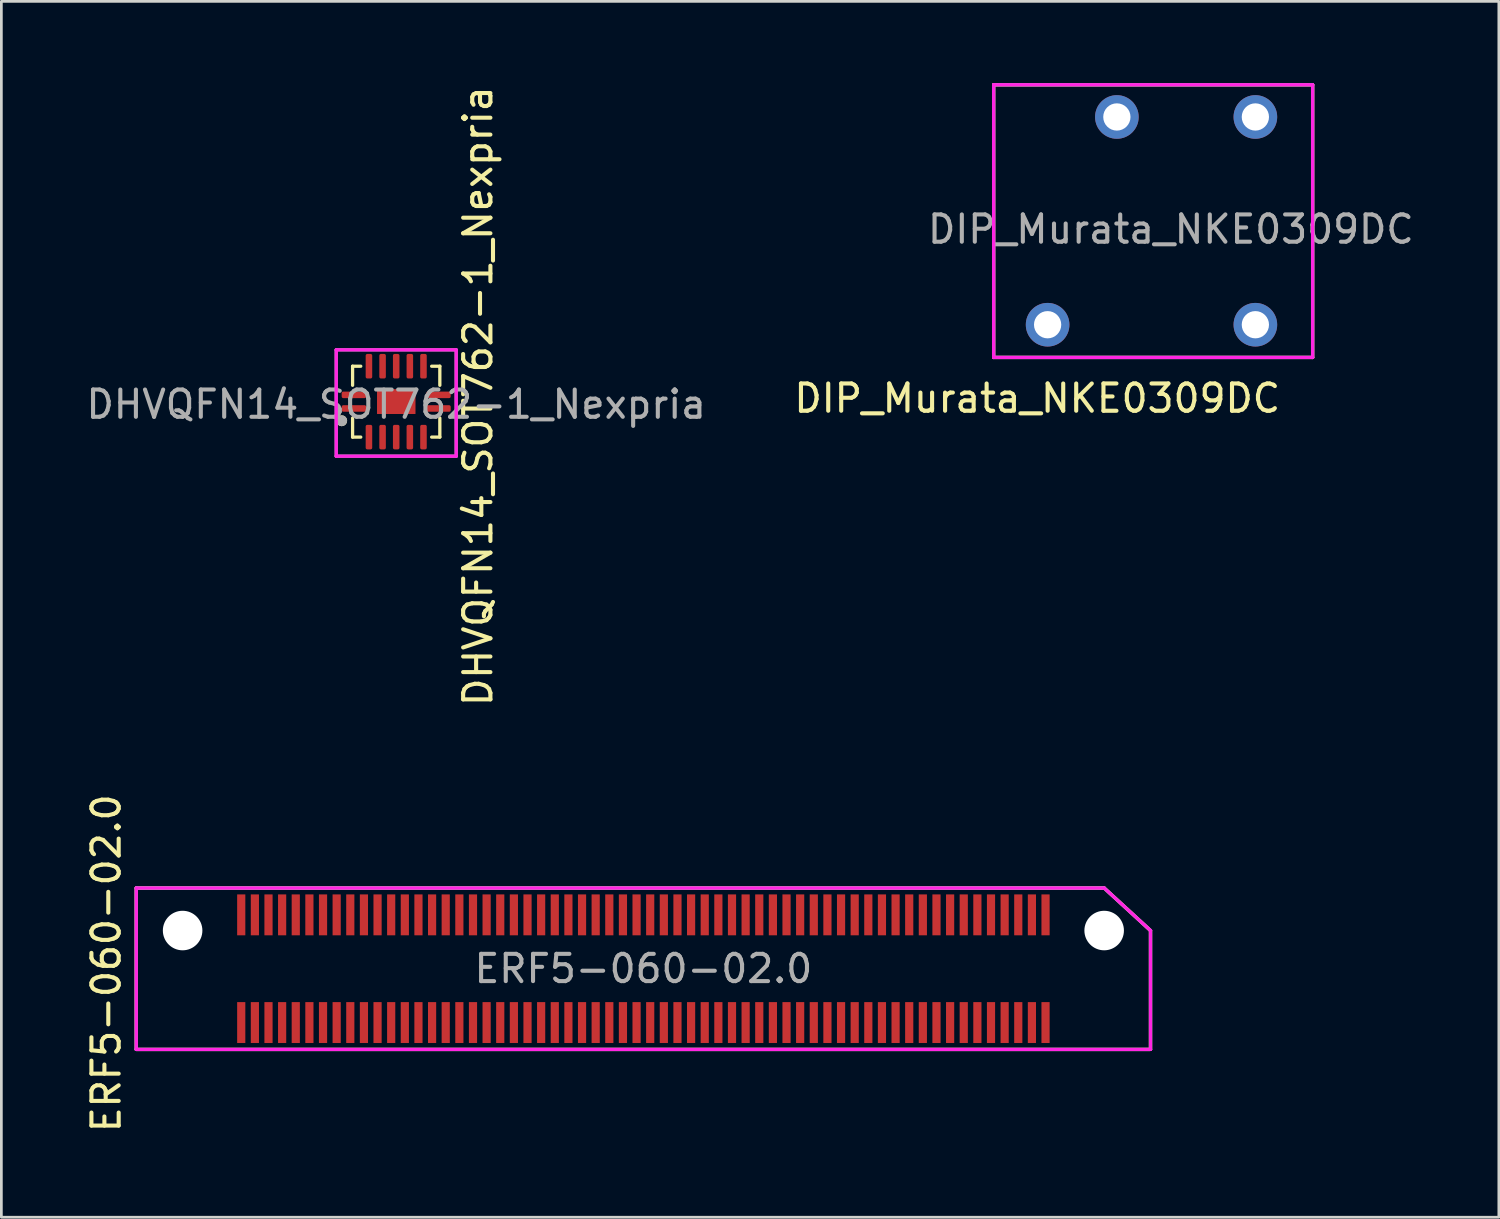
<source format=kicad_pcb>
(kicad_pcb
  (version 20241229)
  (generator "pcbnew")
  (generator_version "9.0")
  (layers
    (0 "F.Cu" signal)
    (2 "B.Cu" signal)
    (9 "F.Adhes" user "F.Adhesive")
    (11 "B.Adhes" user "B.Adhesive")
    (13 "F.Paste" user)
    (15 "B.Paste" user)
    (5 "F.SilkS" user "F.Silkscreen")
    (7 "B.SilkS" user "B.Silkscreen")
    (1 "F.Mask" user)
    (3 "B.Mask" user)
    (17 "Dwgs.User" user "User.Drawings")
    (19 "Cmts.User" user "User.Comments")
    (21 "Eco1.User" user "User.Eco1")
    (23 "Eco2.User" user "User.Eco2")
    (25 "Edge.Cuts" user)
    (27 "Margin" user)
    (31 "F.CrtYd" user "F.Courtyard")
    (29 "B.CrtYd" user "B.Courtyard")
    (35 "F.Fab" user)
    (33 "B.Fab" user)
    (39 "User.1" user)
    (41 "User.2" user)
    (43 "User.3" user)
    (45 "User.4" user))
  (footprint "DHVQFN14_SOT762-1_Nexpria"
    (layer "F.Cu")
    (at 11.482 11.682)
    (property "Reference" "DHVQFN14_SOT762-1_Nexpria" (at 3 -0.2 90) (unlocked yes) (layer "F.SilkS") (effects (font (size 1 1) (thickness 0.15))))
    (attr smd)
    (fp_line (start -1.6 -1.3) (end -1.3 -1.3) (stroke (width 0.12) (type solid)) (layer "F.SilkS"))
    (fp_line (start -1.6 -0.6) (end -1.6 -1.3) (stroke (width 0.12) (type solid)) (layer "F.SilkS"))
    (fp_line (start -1.6 1.3) (end -1.6 0.6) (stroke (width 0.12) (type solid)) (layer "F.SilkS"))
    (fp_line (start -1.3 1.3) (end -1.6 1.3) (stroke (width 0.12) (type solid)) (layer "F.SilkS"))
    (fp_line (start 1.3 -1.3) (end 1.6 -1.3) (stroke (width 0.12) (type solid)) (layer "F.SilkS"))
    (fp_line (start 1.6 -1.3) (end 1.6 -0.6) (stroke (width 0.12) (type solid)) (layer "F.SilkS"))
    (fp_line (start 1.6 0.6) (end 1.6 1.3) (stroke (width 0.12) (type solid)) (layer "F.SilkS"))
    (fp_line (start 1.6 1.3) (end 1.3 1.3) (stroke (width 0.12) (type solid)) (layer "F.SilkS"))
    (fp_circle (center -2 0.7) (end -1.9 0.7) (stroke (width 0.2) (type solid)) (fill no) (layer "F.SilkS"))
    (fp_line (start -2.2 -1.9) (end 2.2 -1.9) (stroke (width 0.12) (type solid)) (layer "F.CrtYd"))
    (fp_line (start -2.2 2) (end -2.2 -1.9) (stroke (width 0.12) (type solid)) (layer "F.CrtYd"))
    (fp_line (start 2.2 -1.9) (end 2.2 2) (stroke (width 0.12) (type solid)) (layer "F.CrtYd"))
    (fp_line (start 2.2 2) (end -2.2 2) (stroke (width 0.12) (type solid)) (layer "F.CrtYd"))
    (fp_line (start -2.2 -1.9) (end 2.2 -1.9) (stroke (width 0.12) (type solid)) (layer "F.Fab"))
    (fp_line (start -2.2 2) (end -2.2 -1.9) (stroke (width 0.12) (type solid)) (layer "F.Fab"))
    (fp_line (start 2.2 -1.9) (end 2.2 2) (stroke (width 0.12) (type solid)) (layer "F.Fab"))
    (fp_line (start 2.2 2) (end -2.2 2) (stroke (width 0.12) (type solid)) (layer "F.Fab"))
    (fp_circle (center -2 0.7) (end -1.9 0.7) (stroke (width 0.2) (type solid)) (fill no) (layer "F.Fab"))
    (fp_text user "${REFERENCE}" (at 0 0.1 0) (unlocked yes) (layer "F.Fab") (effects (font (size 1 1) (thickness 0.15))))
    (pad "" smd rect (at 0 0) (size 1.4 0.9) (layers "F.Cu" "F.Mask"))
    (pad "" smd rect (at 0 0) (size 1.4 0.9) (layers "F.Cu" "F.Paste"))
    (pad "1" smd roundrect (at -1.55 0.25 90) (size 0.24 0.9) (layers "F.Cu" "F.Mask" "F.Paste") (roundrect_rratio 0.25))
    (pad "2" smd roundrect (at -1 1.3) (size 0.24 0.9) (layers "F.Cu" "F.Mask" "F.Paste") (roundrect_rratio 0.25))
    (pad "3" smd roundrect (at -0.5 1.3) (size 0.24 0.9) (layers "F.Cu" "F.Mask" "F.Paste") (roundrect_rratio 0.25))
    (pad "4" smd roundrect (at 0 1.3) (size 0.24 0.9) (layers "F.Cu" "F.Mask" "F.Paste") (roundrect_rratio 0.25))
    (pad "5" smd roundrect (at 0.5 1.3) (size 0.24 0.9) (layers "F.Cu" "F.Mask" "F.Paste") (roundrect_rratio 0.25))
    (pad "6" smd roundrect (at 1 1.3) (size 0.24 0.9) (layers "F.Cu" "F.Mask" "F.Paste") (roundrect_rratio 0.25))
    (pad "7" smd roundrect (at 1.55 0.25 90) (size 0.24 0.9) (layers "F.Cu" "F.Mask" "F.Paste") (roundrect_rratio 0.25))
    (pad "8" smd roundrect (at 1.55 -0.25 90) (size 0.24 0.9) (layers "F.Cu" "F.Mask" "F.Paste") (roundrect_rratio 0.25))
    (pad "9" smd roundrect (at 1 -1.3) (size 0.24 0.9) (layers "F.Cu" "F.Mask" "F.Paste") (roundrect_rratio 0.25))
    (pad "10" smd roundrect (at 0.5 -1.3) (size 0.24 0.9) (layers "F.Cu" "F.Mask" "F.Paste") (roundrect_rratio 0.25))
    (pad "11" smd roundrect (at 0 -1.3) (size 0.24 0.9) (layers "F.Cu" "F.Mask" "F.Paste") (roundrect_rratio 0.25))
    (pad "12" smd roundrect (at -0.5 -1.3) (size 0.24 0.9) (layers "F.Cu" "F.Mask" "F.Paste") (roundrect_rratio 0.25))
    (pad "13" smd roundrect (at -1 -1.3) (size 0.24 0.9) (layers "F.Cu" "F.Mask" "F.Paste") (roundrect_rratio 0.25))
    (pad "14" smd roundrect (at -1.55 -0.25 90) (size 0.24 0.9) (layers "F.Cu" "F.Mask" "F.Paste") (roundrect_rratio 0.25)))
  (footprint "ERF5-060-02.0"
    (layer "F.Cu")
    (at 20.548 32.48)
    (property "Reference" "ERF5-060-02.0" (at -19.7 -0.2 90) (layer "F.SilkS") (effects (font (size 1 1) (thickness 0.15))))
    (attr smd)
    (fp_line (start -18.6 -2.96) (end 16.9 -2.96) (stroke (width 0.12) (type solid)) (layer "F.SilkS"))
    (fp_line (start -18.6 2.96) (end -18.6 -2.96) (stroke (width 0.12) (type solid)) (layer "F.SilkS"))
    (fp_line (start 16.9 -2.96) (end 18.6 -1.4) (stroke (width 0.12) (type solid)) (layer "F.SilkS"))
    (fp_line (start 18.6 -1.4) (end 18.6 2.96) (stroke (width 0.12) (type solid)) (layer "F.SilkS"))
    (fp_line (start 18.6 2.96) (end -18.6 2.96) (stroke (width 0.12) (type solid)) (layer "F.SilkS"))
    (fp_line (start -18.6 -2.96) (end 16.9 -2.96) (stroke (width 0.12) (type solid)) (layer "F.CrtYd"))
    (fp_line (start -18.6 2.96) (end -18.6 -2.96) (stroke (width 0.12) (type solid)) (layer "F.CrtYd"))
    (fp_line (start 16.9 -2.96) (end 18.6 -1.4) (stroke (width 0.12) (type solid)) (layer "F.CrtYd"))
    (fp_line (start 18.6 -1.4) (end 18.6 2.96) (stroke (width 0.12) (type solid)) (layer "F.CrtYd"))
    (fp_line (start 18.6 2.96) (end -18.6 2.96) (stroke (width 0.12) (type solid)) (layer "F.CrtYd"))
    (fp_line (start -18.6 -2.96) (end 16.9 -2.96) (stroke (width 0.12) (type solid)) (layer "F.Fab"))
    (fp_line (start -18.6 2.96) (end -18.6 -2.96) (stroke (width 0.12) (type solid)) (layer "F.Fab"))
    (fp_line (start 18.6 -1.4) (end 16.9 -2.96) (stroke (width 0.12) (type solid)) (layer "F.Fab"))
    (fp_line (start 18.6 -1.4) (end 18.6 2.96) (stroke (width 0.12) (type solid)) (layer "F.Fab"))
    (fp_line (start 18.6 2.96) (end -18.6 2.96) (stroke (width 0.12) (type solid)) (layer "F.Fab"))
    (fp_text user "${REFERENCE}" (at 0 0 0) (layer "F.Fab") (effects (font (size 1 1) (thickness 0.15))))
    (pad "" np_thru_hole circle (at -16.9 -1.4) (size 1.45 1.45) (drill 1.45) (layers "*.Cu" "*.Mask"))
    (pad "" np_thru_hole circle (at 16.9 -1.4) (size 1.45 1.45) (drill 1.45) (layers "*.Cu" "*.Mask"))
    (pad "1" smd rect (at 14.75 -1.975) (size 0.3 1.5) (layers "F.Cu" "F.Mask" "F.Paste"))
    (pad "2" smd rect (at 14.75 1.975) (size 0.3 1.5) (layers "F.Cu" "F.Mask" "F.Paste"))
    (pad "3" smd rect (at 14.25 -1.975) (size 0.3 1.5) (layers "F.Cu" "F.Mask" "F.Paste"))
    (pad "4" smd rect (at 14.25 1.975) (size 0.3 1.5) (layers "F.Cu" "F.Mask" "F.Paste"))
    (pad "5" smd rect (at 13.75 -1.975) (size 0.3 1.5) (layers "F.Cu" "F.Mask" "F.Paste"))
    (pad "6" smd rect (at 13.75 1.975) (size 0.3 1.5) (layers "F.Cu" "F.Mask" "F.Paste"))
    (pad "7" smd rect (at 13.25 -1.975) (size 0.3 1.5) (layers "F.Cu" "F.Mask" "F.Paste"))
    (pad "8" smd rect (at 13.25 1.975) (size 0.3 1.5) (layers "F.Cu" "F.Mask" "F.Paste"))
    (pad "9" smd rect (at 12.75 -1.975) (size 0.3 1.5) (layers "F.Cu" "F.Mask" "F.Paste"))
    (pad "10" smd rect (at 12.75 1.975) (size 0.3 1.5) (layers "F.Cu" "F.Mask" "F.Paste"))
    (pad "11" smd rect (at 12.25 -1.975) (size 0.3 1.5) (layers "F.Cu" "F.Mask" "F.Paste"))
    (pad "12" smd rect (at 12.25 1.975) (size 0.3 1.5) (layers "F.Cu" "F.Mask" "F.Paste"))
    (pad "13" smd rect (at 11.75 -1.975) (size 0.3 1.5) (layers "F.Cu" "F.Mask" "F.Paste"))
    (pad "14" smd rect (at 11.75 1.975) (size 0.3 1.5) (layers "F.Cu" "F.Mask" "F.Paste"))
    (pad "15" smd rect (at 11.25 -1.975) (size 0.3 1.5) (layers "F.Cu" "F.Mask" "F.Paste"))
    (pad "16" smd rect (at 11.25 1.975) (size 0.3 1.5) (layers "F.Cu" "F.Mask" "F.Paste"))
    (pad "17" smd rect (at 10.75 -1.975) (size 0.3 1.5) (layers "F.Cu" "F.Mask" "F.Paste"))
    (pad "18" smd rect (at 10.75 1.975) (size 0.3 1.5) (layers "F.Cu" "F.Mask" "F.Paste"))
    (pad "19" smd rect (at 10.25 -1.975) (size 0.3 1.5) (layers "F.Cu" "F.Mask" "F.Paste"))
    (pad "20" smd rect (at 10.25 1.975) (size 0.3 1.5) (layers "F.Cu" "F.Mask" "F.Paste"))
    (pad "21" smd rect (at 9.75 -1.975) (size 0.3 1.5) (layers "F.Cu" "F.Mask" "F.Paste"))
    (pad "22" smd rect (at 9.75 1.975) (size 0.3 1.5) (layers "F.Cu" "F.Mask" "F.Paste"))
    (pad "23" smd rect (at 9.25 -1.975) (size 0.3 1.5) (layers "F.Cu" "F.Mask" "F.Paste"))
    (pad "24" smd rect (at 9.25 1.975) (size 0.3 1.5) (layers "F.Cu" "F.Mask" "F.Paste"))
    (pad "25" smd rect (at 8.75 -1.975) (size 0.3 1.5) (layers "F.Cu" "F.Mask" "F.Paste"))
    (pad "26" smd rect (at 8.75 1.975) (size 0.3 1.5) (layers "F.Cu" "F.Mask" "F.Paste"))
    (pad "27" smd rect (at 8.25 -1.975) (size 0.3 1.5) (layers "F.Cu" "F.Mask" "F.Paste"))
    (pad "28" smd rect (at 8.25 1.975) (size 0.3 1.5) (layers "F.Cu" "F.Mask" "F.Paste"))
    (pad "29" smd rect (at 7.75 -1.975) (size 0.3 1.5) (layers "F.Cu" "F.Mask" "F.Paste"))
    (pad "30" smd rect (at 7.75 1.975) (size 0.3 1.5) (layers "F.Cu" "F.Mask" "F.Paste"))
    (pad "31" smd rect (at 7.25 -1.975) (size 0.3 1.5) (layers "F.Cu" "F.Mask" "F.Paste"))
    (pad "32" smd rect (at 7.25 1.975) (size 0.3 1.5) (layers "F.Cu" "F.Mask" "F.Paste"))
    (pad "33" smd rect (at 6.75 -1.975) (size 0.3 1.5) (layers "F.Cu" "F.Mask" "F.Paste"))
    (pad "34" smd rect (at 6.75 1.975) (size 0.3 1.5) (layers "F.Cu" "F.Mask" "F.Paste"))
    (pad "35" smd rect (at 6.25 -1.975) (size 0.3 1.5) (layers "F.Cu" "F.Mask" "F.Paste"))
    (pad "36" smd rect (at 6.25 1.975) (size 0.3 1.5) (layers "F.Cu" "F.Mask" "F.Paste"))
    (pad "37" smd rect (at 5.75 -1.975) (size 0.3 1.5) (layers "F.Cu" "F.Mask" "F.Paste"))
    (pad "38" smd rect (at 5.75 1.975) (size 0.3 1.5) (layers "F.Cu" "F.Mask" "F.Paste"))
    (pad "39" smd rect (at 5.25 -1.975) (size 0.3 1.5) (layers "F.Cu" "F.Mask" "F.Paste"))
    (pad "40" smd rect (at 5.25 1.975) (size 0.3 1.5) (layers "F.Cu" "F.Mask" "F.Paste"))
    (pad "41" smd rect (at 4.75 -1.975) (size 0.3 1.5) (layers "F.Cu" "F.Mask" "F.Paste"))
    (pad "42" smd rect (at 4.75 1.975) (size 0.3 1.5) (layers "F.Cu" "F.Mask" "F.Paste"))
    (pad "43" smd rect (at 4.25 -1.975) (size 0.3 1.5) (layers "F.Cu" "F.Mask" "F.Paste"))
    (pad "44" smd rect (at 4.25 1.975) (size 0.3 1.5) (layers "F.Cu" "F.Mask" "F.Paste"))
    (pad "45" smd rect (at 3.75 -1.975) (size 0.3 1.5) (layers "F.Cu" "F.Mask" "F.Paste"))
    (pad "46" smd rect (at 3.75 1.975) (size 0.3 1.5) (layers "F.Cu" "F.Mask" "F.Paste"))
    (pad "47" smd rect (at 3.25 -1.975) (size 0.3 1.5) (layers "F.Cu" "F.Mask" "F.Paste"))
    (pad "48" smd rect (at 3.25 1.975) (size 0.3 1.5) (layers "F.Cu" "F.Mask" "F.Paste"))
    (pad "49" smd rect (at 2.75 -1.975) (size 0.3 1.5) (layers "F.Cu" "F.Mask" "F.Paste"))
    (pad "50" smd rect (at 2.75 1.975) (size 0.3 1.5) (layers "F.Cu" "F.Mask" "F.Paste"))
    (pad "51" smd rect (at 2.25 -1.975) (size 0.3 1.5) (layers "F.Cu" "F.Mask" "F.Paste"))
    (pad "52" smd rect (at 2.25 1.975) (size 0.3 1.5) (layers "F.Cu" "F.Mask" "F.Paste"))
    (pad "53" smd rect (at 1.75 -1.975) (size 0.3 1.5) (layers "F.Cu" "F.Mask" "F.Paste"))
    (pad "54" smd rect (at 1.75 1.975) (size 0.3 1.5) (layers "F.Cu" "F.Mask" "F.Paste"))
    (pad "55" smd rect (at 1.25 -1.975) (size 0.3 1.5) (layers "F.Cu" "F.Mask" "F.Paste"))
    (pad "56" smd rect (at 1.25 1.975) (size 0.3 1.5) (layers "F.Cu" "F.Mask" "F.Paste"))
    (pad "57" smd rect (at 0.75 -1.975) (size 0.3 1.5) (layers "F.Cu" "F.Mask" "F.Paste"))
    (pad "58" smd rect (at 0.75 1.975) (size 0.3 1.5) (layers "F.Cu" "F.Mask" "F.Paste"))
    (pad "59" smd rect (at 0.25 -1.975) (size 0.3 1.5) (layers "F.Cu" "F.Mask" "F.Paste"))
    (pad "60" smd rect (at 0.25 1.975) (size 0.3 1.5) (layers "F.Cu" "F.Mask" "F.Paste"))
    (pad "61" smd rect (at -0.25 -1.975) (size 0.3 1.5) (layers "F.Cu" "F.Mask" "F.Paste"))
    (pad "62" smd rect (at -0.25 1.975) (size 0.3 1.5) (layers "F.Cu" "F.Mask" "F.Paste"))
    (pad "63" smd rect (at -0.75 -1.975) (size 0.3 1.5) (layers "F.Cu" "F.Mask" "F.Paste"))
    (pad "64" smd rect (at -0.75 1.975) (size 0.3 1.5) (layers "F.Cu" "F.Mask" "F.Paste"))
    (pad "65" smd rect (at -1.25 -1.975) (size 0.3 1.5) (layers "F.Cu" "F.Mask" "F.Paste"))
    (pad "66" smd rect (at -1.25 1.975) (size 0.3 1.5) (layers "F.Cu" "F.Mask" "F.Paste"))
    (pad "67" smd rect (at -1.75 -1.975) (size 0.3 1.5) (layers "F.Cu" "F.Mask" "F.Paste"))
    (pad "68" smd rect (at -1.75 1.975) (size 0.3 1.5) (layers "F.Cu" "F.Mask" "F.Paste"))
    (pad "69" smd rect (at -2.25 -1.975) (size 0.3 1.5) (layers "F.Cu" "F.Mask" "F.Paste"))
    (pad "70" smd rect (at -2.25 1.975) (size 0.3 1.5) (layers "F.Cu" "F.Mask" "F.Paste"))
    (pad "71" smd rect (at -2.75 -1.975) (size 0.3 1.5) (layers "F.Cu" "F.Mask" "F.Paste"))
    (pad "72" smd rect (at -2.75 1.975) (size 0.3 1.5) (layers "F.Cu" "F.Mask" "F.Paste"))
    (pad "73" smd rect (at -3.25 -1.975) (size 0.3 1.5) (layers "F.Cu" "F.Mask" "F.Paste"))
    (pad "74" smd rect (at -3.25 1.975) (size 0.3 1.5) (layers "F.Cu" "F.Mask" "F.Paste"))
    (pad "75" smd rect (at -3.75 -1.975) (size 0.3 1.5) (layers "F.Cu" "F.Mask" "F.Paste"))
    (pad "76" smd rect (at -3.75 1.975) (size 0.3 1.5) (layers "F.Cu" "F.Mask" "F.Paste"))
    (pad "77" smd rect (at -4.25 -1.975) (size 0.3 1.5) (layers "F.Cu" "F.Mask" "F.Paste"))
    (pad "78" smd rect (at -4.25 1.975) (size 0.3 1.5) (layers "F.Cu" "F.Mask" "F.Paste"))
    (pad "79" smd rect (at -4.75 -1.975) (size 0.3 1.5) (layers "F.Cu" "F.Mask" "F.Paste"))
    (pad "80" smd rect (at -4.75 1.975) (size 0.3 1.5) (layers "F.Cu" "F.Mask" "F.Paste"))
    (pad "81" smd rect (at -5.25 -1.975) (size 0.3 1.5) (layers "F.Cu" "F.Mask" "F.Paste"))
    (pad "82" smd rect (at -5.25 1.975) (size 0.3 1.5) (layers "F.Cu" "F.Mask" "F.Paste"))
    (pad "83" smd rect (at -5.75 -1.975) (size 0.3 1.5) (layers "F.Cu" "F.Mask" "F.Paste"))
    (pad "84" smd rect (at -5.75 1.975) (size 0.3 1.5) (layers "F.Cu" "F.Mask" "F.Paste"))
    (pad "85" smd rect (at -6.25 -1.975) (size 0.3 1.5) (layers "F.Cu" "F.Mask" "F.Paste"))
    (pad "86" smd rect (at -6.25 1.975) (size 0.3 1.5) (layers "F.Cu" "F.Mask" "F.Paste"))
    (pad "87" smd rect (at -6.75 -1.975) (size 0.3 1.5) (layers "F.Cu" "F.Mask" "F.Paste"))
    (pad "88" smd rect (at -6.75 1.975) (size 0.3 1.5) (layers "F.Cu" "F.Mask" "F.Paste"))
    (pad "89" smd rect (at -7.25 -1.975) (size 0.3 1.5) (layers "F.Cu" "F.Mask" "F.Paste"))
    (pad "90" smd rect (at -7.25 1.975) (size 0.3 1.5) (layers "F.Cu" "F.Mask" "F.Paste"))
    (pad "91" smd rect (at -7.75 -1.975) (size 0.3 1.5) (layers "F.Cu" "F.Mask" "F.Paste"))
    (pad "92" smd rect (at -7.75 1.975) (size 0.3 1.5) (layers "F.Cu" "F.Mask" "F.Paste"))
    (pad "93" smd rect (at -8.25 -1.975) (size 0.3 1.5) (layers "F.Cu" "F.Mask" "F.Paste"))
    (pad "94" smd rect (at -8.25 1.975) (size 0.3 1.5) (layers "F.Cu" "F.Mask" "F.Paste"))
    (pad "95" smd rect (at -8.75 -1.975) (size 0.3 1.5) (layers "F.Cu" "F.Mask" "F.Paste"))
    (pad "96" smd rect (at -8.75 1.975) (size 0.3 1.5) (layers "F.Cu" "F.Mask" "F.Paste"))
    (pad "97" smd rect (at -9.25 -1.975) (size 0.3 1.5) (layers "F.Cu" "F.Mask" "F.Paste"))
    (pad "98" smd rect (at -9.25 1.975) (size 0.3 1.5) (layers "F.Cu" "F.Mask" "F.Paste"))
    (pad "99" smd rect (at -9.75 -1.975) (size 0.3 1.5) (layers "F.Cu" "F.Mask" "F.Paste"))
    (pad "100" smd rect (at -9.75 1.975) (size 0.3 1.5) (layers "F.Cu" "F.Mask" "F.Paste"))
    (pad "101" smd rect (at -10.25 -1.975) (size 0.3 1.5) (layers "F.Cu" "F.Mask" "F.Paste"))
    (pad "102" smd rect (at -10.25 1.975) (size 0.3 1.5) (layers "F.Cu" "F.Mask" "F.Paste"))
    (pad "103" smd rect (at -10.75 -1.975) (size 0.3 1.5) (layers "F.Cu" "F.Mask" "F.Paste"))
    (pad "104" smd rect (at -10.75 1.975) (size 0.3 1.5) (layers "F.Cu" "F.Mask" "F.Paste"))
    (pad "105" smd rect (at -11.25 -1.975) (size 0.3 1.5) (layers "F.Cu" "F.Mask" "F.Paste"))
    (pad "106" smd rect (at -11.25 1.975) (size 0.3 1.5) (layers "F.Cu" "F.Mask" "F.Paste"))
    (pad "107" smd rect (at -11.75 -1.975) (size 0.3 1.5) (layers "F.Cu" "F.Mask" "F.Paste"))
    (pad "108" smd rect (at -11.75 1.975) (size 0.3 1.5) (layers "F.Cu" "F.Mask" "F.Paste"))
    (pad "109" smd rect (at -12.25 -1.975) (size 0.3 1.5) (layers "F.Cu" "F.Mask" "F.Paste"))
    (pad "110" smd rect (at -12.25 1.975) (size 0.3 1.5) (layers "F.Cu" "F.Mask" "F.Paste"))
    (pad "111" smd rect (at -12.75 -1.975) (size 0.3 1.5) (layers "F.Cu" "F.Mask" "F.Paste"))
    (pad "112" smd rect (at -12.75 1.975) (size 0.3 1.5) (layers "F.Cu" "F.Mask" "F.Paste"))
    (pad "113" smd rect (at -13.25 -1.975) (size 0.3 1.5) (layers "F.Cu" "F.Mask" "F.Paste"))
    (pad "114" smd rect (at -13.25 1.975) (size 0.3 1.5) (layers "F.Cu" "F.Mask" "F.Paste"))
    (pad "115" smd rect (at -13.75 -1.975) (size 0.3 1.5) (layers "F.Cu" "F.Mask" "F.Paste"))
    (pad "116" smd rect (at -13.75 1.975) (size 0.3 1.5) (layers "F.Cu" "F.Mask" "F.Paste"))
    (pad "117" smd rect (at -14.25 -1.975) (size 0.3 1.5) (layers "F.Cu" "F.Mask" "F.Paste"))
    (pad "118" smd rect (at -14.25 1.975) (size 0.3 1.5) (layers "F.Cu" "F.Mask" "F.Paste"))
    (pad "119" smd rect (at -14.75 -1.975) (size 0.3 1.5) (layers "F.Cu" "F.Mask" "F.Paste"))
    (pad "120" smd rect (at -14.75 1.975) (size 0.3 1.5) (layers "F.Cu" "F.Mask" "F.Paste")))
  (footprint "DIP_Murata_NKE0309DC"
    (layer "F.Cu")
    (at 42.994 8.86)
    (property "Reference" "DIP_Murata_NKE0309DC" (at -8 2.7 0) (layer "F.SilkS") (effects (font (size 1 1) (thickness 0.15))))
    (attr through_hole)
    (fp_line (start -9.6 -8.8) (end -9.6 1.2) (stroke (width 0.12) (type solid)) (layer "F.SilkS"))
    (fp_line (start -9.6 -8.8) (end 2.1 -8.8) (stroke (width 0.12) (type solid)) (layer "F.SilkS"))
    (fp_line (start -9.6 1.2) (end 2.1 1.2) (stroke (width 0.12) (type solid)) (layer "F.SilkS"))
    (fp_line (start 2.1 1.2) (end 2.1 -8.8) (stroke (width 0.12) (type solid)) (layer "F.SilkS"))
    (fp_line (start -9.6 -8.8) (end 2.1 -8.8) (stroke (width 0.12) (type solid)) (layer "F.CrtYd"))
    (fp_line (start -9.6 1.2) (end -9.6 -8.8) (stroke (width 0.12) (type solid)) (layer "F.CrtYd"))
    (fp_line (start 2.1 -8.8) (end 2.1 1.2) (stroke (width 0.12) (type solid)) (layer "F.CrtYd"))
    (fp_line (start 2.1 1.2) (end -9.6 1.2) (stroke (width 0.12) (type solid)) (layer "F.CrtYd"))
    (fp_line (start -9.6 -8.8) (end 2.1 -8.8) (stroke (width 0.12) (type solid)) (layer "F.Fab"))
    (fp_line (start -9.6 1.2) (end -9.6 -8.8) (stroke (width 0.12) (type solid)) (layer "F.Fab"))
    (fp_line (start 2.1 -8.8) (end 2.1 1.2) (stroke (width 0.12) (type solid)) (layer "F.Fab"))
    (fp_line (start 2.1 1.2) (end -9.6 1.2) (stroke (width 0.12) (type solid)) (layer "F.Fab"))
    (fp_text user "${REFERENCE}" (at -3.1 -3.5 0) (layer "F.Fab") (effects (font (size 1 1) (thickness 0.15))))
    (pad "1" thru_hole circle (at -7.62 0) (size 1.6 1.6) (drill 1) (layers "*.Cu" "*.Mask"))
    (pad "4" thru_hole circle (at 0 0) (size 1.6 1.6) (drill 1) (layers "*.Cu" "*.Mask"))
    (pad "5" thru_hole circle (at 0 -7.62) (size 1.6 1.6) (drill 1) (layers "*.Cu" "*.Mask"))
    (pad "7" thru_hole circle (at -5.08 -7.62) (size 1.6 1.6) (drill 1) (layers "*.Cu" "*.Mask")))
  (gr_rect
    (start -3 -3)
    (end 51.924 41.595)
    (stroke (width 0.1) (type default))
    (fill no)
    (layer "Edge.Cuts")))
</source>
